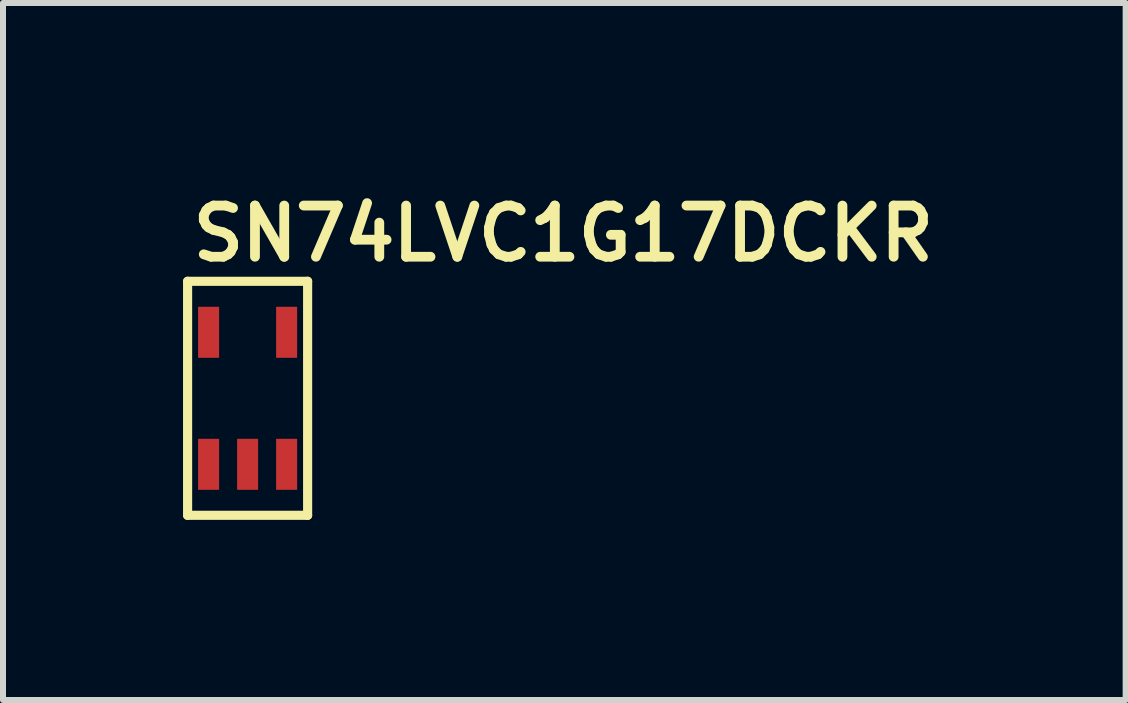
<source format=kicad_pcb>
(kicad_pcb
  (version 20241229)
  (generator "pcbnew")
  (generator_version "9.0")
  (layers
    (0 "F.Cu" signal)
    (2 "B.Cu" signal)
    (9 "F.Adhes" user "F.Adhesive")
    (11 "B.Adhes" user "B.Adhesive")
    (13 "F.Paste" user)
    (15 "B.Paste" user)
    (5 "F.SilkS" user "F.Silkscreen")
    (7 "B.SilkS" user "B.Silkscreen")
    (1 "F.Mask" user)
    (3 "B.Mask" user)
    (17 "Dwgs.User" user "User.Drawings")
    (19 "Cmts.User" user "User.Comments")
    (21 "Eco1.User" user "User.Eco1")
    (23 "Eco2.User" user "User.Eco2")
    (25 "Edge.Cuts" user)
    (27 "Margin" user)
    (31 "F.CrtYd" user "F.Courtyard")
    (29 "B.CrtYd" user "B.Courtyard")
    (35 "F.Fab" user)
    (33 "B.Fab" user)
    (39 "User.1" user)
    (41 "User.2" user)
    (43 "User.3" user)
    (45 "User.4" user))
  (footprint "SN74LVC1G17DCKR"
    (layer "F.Cu")
    (at 0.426 4.687)
    (property "Reference" "SN74LVC1G17DCKR" (at -0.35 -3.346 0) (unlocked yes) (layer "F.SilkS") (effects (font (size 0.853 0.853) (thickness 0.163)) (justify left bottom)))
    (fp_line (start -0.35 -3.05) (end 1.65 -3.05) (stroke (width 0.152) (type solid)) (layer "F.SilkS"))
    (fp_line (start -0.35 0.85) (end -0.35 -3.05) (stroke (width 0.152) (type solid)) (layer "F.SilkS"))
    (fp_line (start 1.65 -3.05) (end 1.65 0.85) (stroke (width 0.152) (type solid)) (layer "F.SilkS"))
    (fp_line (start 1.65 0.85) (end -0.35 0.85) (stroke (width 0.152) (type solid)) (layer "F.SilkS"))
    (pad "GND" smd rect (at 1.3 0) (size 0.35 0.85) (layers "F.Cu" "F.Mask" "F.Paste"))
    (pad "INPUT" smd rect (at 0.65 0) (size 0.35 0.85) (layers "F.Cu" "F.Mask" "F.Paste"))
    (pad "NC" smd rect (at 0 0) (size 0.35 0.85) (layers "F.Cu" "F.Mask" "F.Paste"))
    (pad "OUTPUT" smd rect (at 1.3 -2.2) (size 0.35 0.85) (layers "F.Cu" "F.Mask" "F.Paste"))
    (pad "VCC" smd rect (at 0 -2.2) (size 0.35 0.85) (layers "F.Cu" "F.Mask" "F.Paste")))
  (gr_rect
    (start -3 -3)
    (end 15.707 8.614)
    (stroke (width 0.1) (type default))
    (fill no)
    (layer "Edge.Cuts")))
</source>
